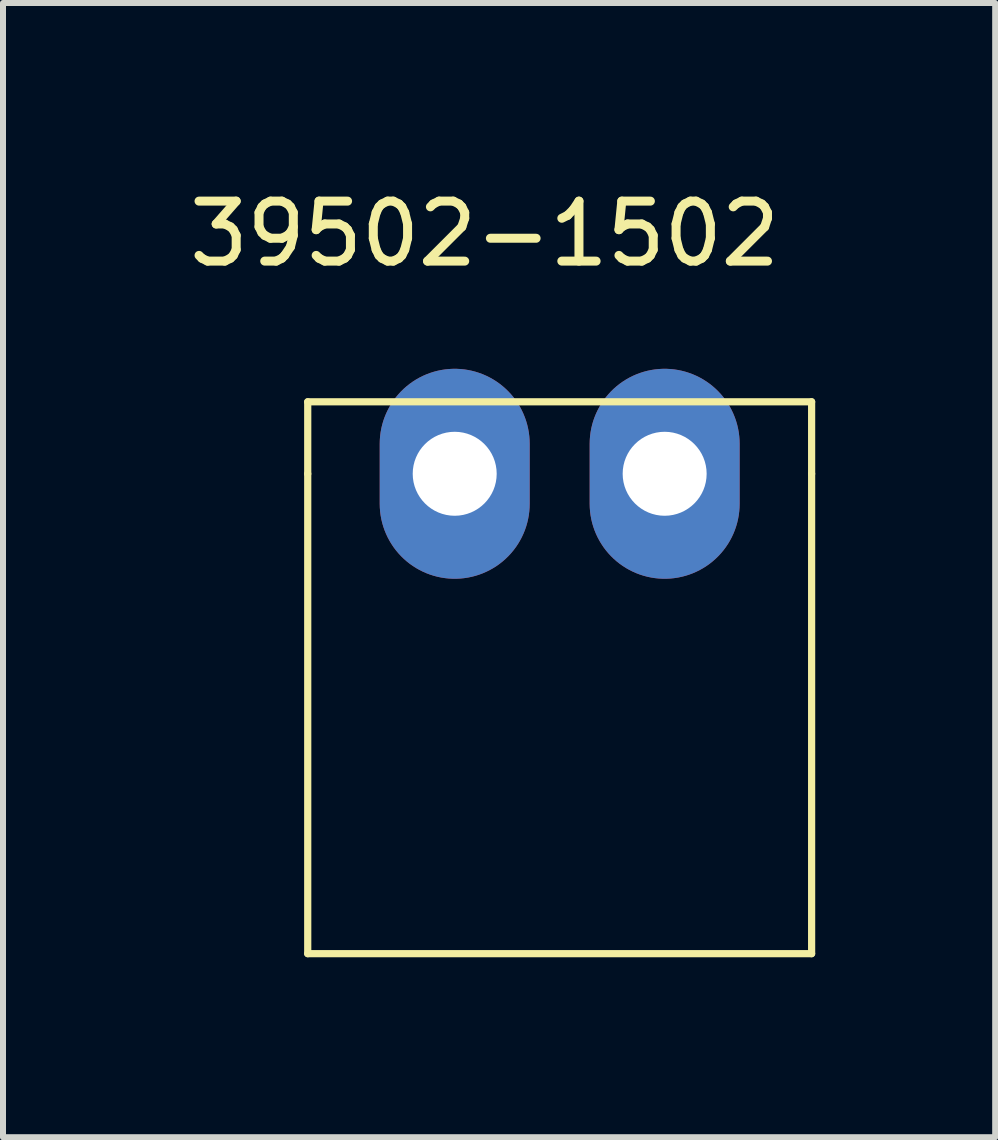
<source format=kicad_pcb>
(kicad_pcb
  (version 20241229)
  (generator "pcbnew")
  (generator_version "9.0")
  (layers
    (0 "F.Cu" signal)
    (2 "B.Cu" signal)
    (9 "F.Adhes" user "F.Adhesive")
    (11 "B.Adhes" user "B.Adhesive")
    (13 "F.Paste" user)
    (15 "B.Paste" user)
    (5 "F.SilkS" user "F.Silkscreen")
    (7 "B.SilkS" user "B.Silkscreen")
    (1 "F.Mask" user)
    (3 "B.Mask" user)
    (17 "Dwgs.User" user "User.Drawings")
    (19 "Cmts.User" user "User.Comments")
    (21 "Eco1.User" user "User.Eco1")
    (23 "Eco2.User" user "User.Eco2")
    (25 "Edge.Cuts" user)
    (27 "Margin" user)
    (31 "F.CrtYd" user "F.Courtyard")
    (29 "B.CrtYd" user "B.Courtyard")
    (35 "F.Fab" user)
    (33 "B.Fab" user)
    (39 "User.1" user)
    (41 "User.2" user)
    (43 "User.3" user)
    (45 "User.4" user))
  (footprint "39502-1502"
    (layer "F.Cu")
    (at 6.28 8.148)
    (property "Reference" "39502-1502" (at -1.25 -7.3 0) (layer "F.SilkS") (effects (font (size 1 1) (thickness 0.15))))
    (attr through_hole)
    (fp_line (start -4.2 -4.5) (end 4.2 -4.5) (stroke (width 0.12) (type solid)) (layer "F.SilkS"))
    (fp_line (start -4.2 -3.3) (end -4.2 -4.5) (stroke (width 0.12) (type solid)) (layer "F.SilkS"))
    (fp_line (start -4.2 -3.3) (end -4.2 4.7) (stroke (width 0.12) (type solid)) (layer "F.SilkS"))
    (fp_line (start -4.2 4.7) (end 4.2 4.7) (stroke (width 0.12) (type solid)) (layer "F.SilkS"))
    (fp_line (start 4.2 -4.5) (end 4.2 -3.3) (stroke (width 0.12) (type solid)) (layer "F.SilkS"))
    (fp_line (start 4.2 -3.3) (end 4.2 4.7) (stroke (width 0.12) (type solid)) (layer "F.SilkS"))
    (pad "1" thru_hole oval (at -1.75 -3.3) (size 2.5 3.5) (drill 1.4) (layers "*.Cu" "*.Mask"))
    (pad "2" thru_hole oval (at 1.75 -3.3) (size 2.5 3.5) (drill 1.4) (layers "*.Cu" "*.Mask")))
  (gr_rect
    (start -3 -3)
    (end 13.54 15.908)
    (stroke (width 0.1) (type default))
    (fill no)
    (layer "Edge.Cuts")))
</source>
